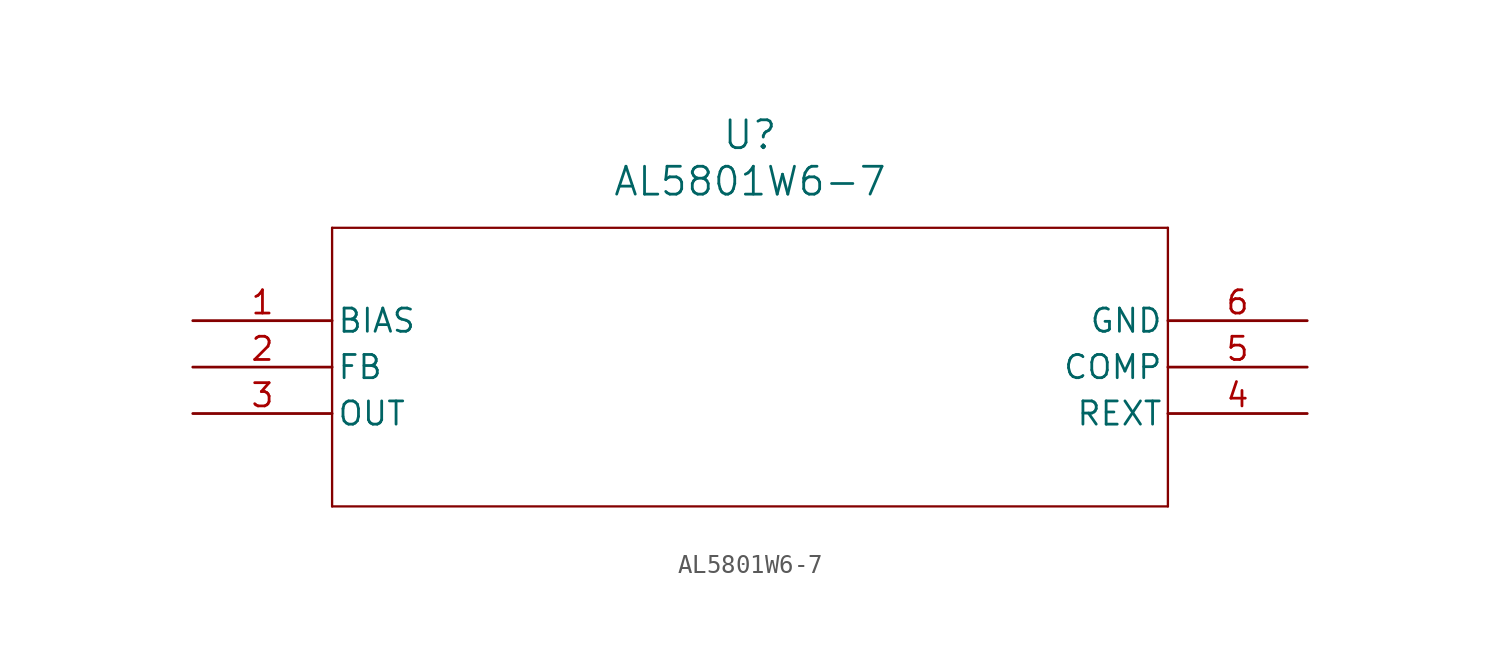
<source format=kicad_sym>
(kicad_symbol_lib
  (version 20220914)
  (generator kicad_symbol_editor)
  (symbol "AL5801W6-7"
    (pin_names
      (offset 0.254))
    (property "Reference" "U"
      (at 30.48 10.16 0)
      (effects (font (size 1.524 1.524))))
    (property "Value" "AL5801W6-7"
      (at 30.48 7.62 0)
      (effects (font (size 1.524 1.524))))
    (property "ki_locked" ""
      (at 0 0 0)
      (effects (font (size 1.27 1.27))))
    (symbol "AL5801W6-7_0_1"
      (polyline (pts (xy 7.62 -10.16) (xy 53.34 -10.16)) (stroke (width 0.127) (type default)) (fill (type none)))
      (polyline (pts (xy 7.62 5.08) (xy 7.62 -10.16)) (stroke (width 0.127) (type default)) (fill (type none)))
      (polyline (pts (xy 53.34 -10.16) (xy 53.34 5.08)) (stroke (width 0.127) (type default)) (fill (type none)))
      (polyline (pts (xy 53.34 5.08) (xy 7.62 5.08)) (stroke (width 0.127) (type default)) (fill (type none)))
      (pin output line (at 0 0 0) (length 7.62) (name "BIAS" (effects (font (size 1.27 1.27)))) (number "1" (effects (font (size 1.27 1.27)))))
      (pin unspecified line (at 0 -2.54 0) (length 7.62) (name "FB" (effects (font (size 1.27 1.27)))) (number "2" (effects (font (size 1.27 1.27)))))
      (pin output line (at 0 -5.08 0) (length 7.62) (name "OUT" (effects (font (size 1.27 1.27)))) (number "3" (effects (font (size 1.27 1.27)))))
      (pin unspecified line (at 60.96 -5.08 180) (length 7.62) (name "REXT" (effects (font (size 1.27 1.27)))) (number "4" (effects (font (size 1.27 1.27)))))
      (pin unspecified line (at 60.96 -2.54 180) (length 7.62) (name "COMP" (effects (font (size 1.27 1.27)))) (number "5" (effects (font (size 1.27 1.27)))))
      (pin power_in line (at 60.96 0 180) (length 7.62) (name "GND" (effects (font (size 1.27 1.27)))) (number "6" (effects (font (size 1.27 1.27))))))))
</source>
